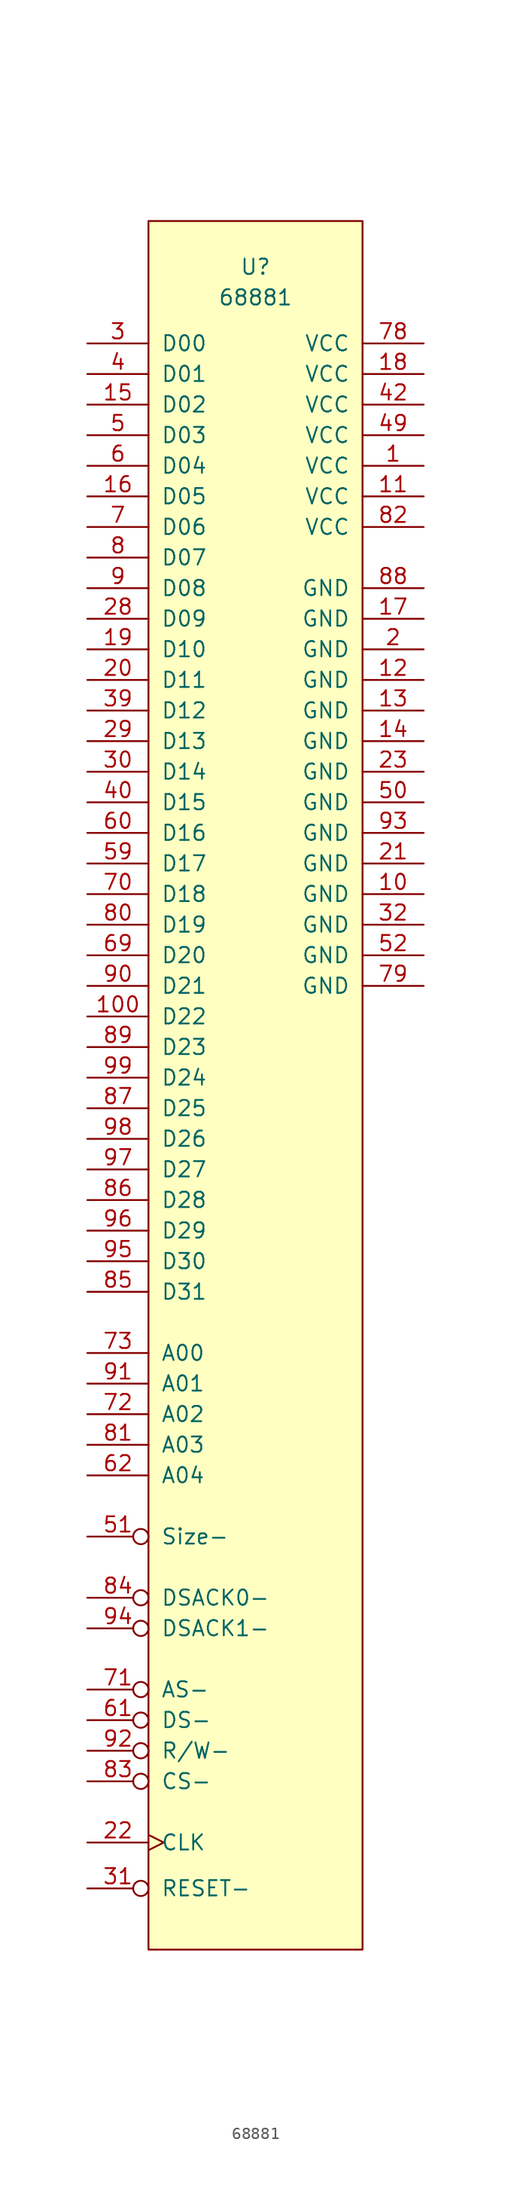
<source format=kicad_sym>
(kicad_symbol_lib
  (version 20231120)
  (generator "kicad_symbol_editor")
  (generator_version "8.0")
  (symbol "68881"
    (pin_names
      (offset 1.016))
    (property "Reference" "U"
      (at 0 0 0)
      (effects (font (size 1.27 1.27))))
    (property "Value" "68881"
      (at 0 -2.54 0)
      (effects (font (size 1.27 1.27))))
    (symbol "68881_0_1"
      (rectangle (start -8.89 3.81) (end 8.89 -139.7) (stroke (width 0) (type solid)) (fill (type background))))
    (symbol "68881_1_1"
      (pin power_in line (at 13.97 -16.51 180) (length 5.08) (name "VCC" (effects (font (size 1.27 1.27)))) (number "1" (effects (font (size 1.27 1.27)))))
      (pin power_in line (at 13.97 -52.07 180) (length 5.08) (name "GND" (effects (font (size 1.27 1.27)))) (number "10" (effects (font (size 1.27 1.27)))))
      (pin bidirectional line (at -13.97 -62.23 0) (length 5.08) (name "D22" (effects (font (size 1.27 1.27)))) (number "100" (effects (font (size 1.27 1.27)))))
      (pin power_in line (at 13.97 -19.05 180) (length 5.08) (name "VCC" (effects (font (size 1.27 1.27)))) (number "11" (effects (font (size 1.27 1.27)))))
      (pin power_in line (at 13.97 -34.29 180) (length 5.08) (name "GND" (effects (font (size 1.27 1.27)))) (number "12" (effects (font (size 1.27 1.27)))))
      (pin power_in line (at 13.97 -36.83 180) (length 5.08) (name "GND" (effects (font (size 1.27 1.27)))) (number "13" (effects (font (size 1.27 1.27)))))
      (pin power_in line (at 13.97 -39.37 180) (length 5.08) (name "GND" (effects (font (size 1.27 1.27)))) (number "14" (effects (font (size 1.27 1.27)))))
      (pin bidirectional line (at -13.97 -11.43 0) (length 5.08) (name "D02" (effects (font (size 1.27 1.27)))) (number "15" (effects (font (size 1.27 1.27)))))
      (pin bidirectional line (at -13.97 -19.05 0) (length 5.08) (name "D05" (effects (font (size 1.27 1.27)))) (number "16" (effects (font (size 1.27 1.27)))))
      (pin power_in line (at 13.97 -29.21 180) (length 5.08) (name "GND" (effects (font (size 1.27 1.27)))) (number "17" (effects (font (size 1.27 1.27)))))
      (pin power_in line (at 13.97 -8.89 180) (length 5.08) (name "VCC" (effects (font (size 1.27 1.27)))) (number "18" (effects (font (size 1.27 1.27)))))
      (pin bidirectional line (at -13.97 -31.75 0) (length 5.08) (name "D10" (effects (font (size 1.27 1.27)))) (number "19" (effects (font (size 1.27 1.27)))))
      (pin power_in line (at 13.97 -31.75 180) (length 5.08) (name "GND" (effects (font (size 1.27 1.27)))) (number "2" (effects (font (size 1.27 1.27)))))
      (pin bidirectional line (at -13.97 -34.29 0) (length 5.08) (name "D11" (effects (font (size 1.27 1.27)))) (number "20" (effects (font (size 1.27 1.27)))))
      (pin power_in line (at 13.97 -49.53 180) (length 5.08) (name "GND" (effects (font (size 1.27 1.27)))) (number "21" (effects (font (size 1.27 1.27)))))
      (pin input clock (at -13.97 -130.81 0) (length 5.08) (name "CLK" (effects (font (size 1.27 1.27)))) (number "22" (effects (font (size 1.27 1.27)))))
      (pin power_in line (at 13.97 -41.91 180) (length 5.08) (name "GND" (effects (font (size 1.27 1.27)))) (number "23" (effects (font (size 1.27 1.27)))))
      (pin bidirectional line (at -13.97 -29.21 0) (length 5.08) (name "D09" (effects (font (size 1.27 1.27)))) (number "28" (effects (font (size 1.27 1.27)))))
      (pin bidirectional line (at -13.97 -39.37 0) (length 5.08) (name "D13" (effects (font (size 1.27 1.27)))) (number "29" (effects (font (size 1.27 1.27)))))
      (pin bidirectional line (at -13.97 -6.35 0) (length 5.08) (name "D00" (effects (font (size 1.27 1.27)))) (number "3" (effects (font (size 1.27 1.27)))))
      (pin bidirectional line (at -13.97 -41.91 0) (length 5.08) (name "D14" (effects (font (size 1.27 1.27)))) (number "30" (effects (font (size 1.27 1.27)))))
      (pin input inverted (at -13.97 -134.62 0) (length 5.08) (name "RESET-" (effects (font (size 1.27 1.27)))) (number "31" (effects (font (size 1.27 1.27)))))
      (pin power_in line (at 13.97 -54.61 180) (length 5.08) (name "GND" (effects (font (size 1.27 1.27)))) (number "32" (effects (font (size 1.27 1.27)))))
      (pin bidirectional line (at -13.97 -36.83 0) (length 5.08) (name "D12" (effects (font (size 1.27 1.27)))) (number "39" (effects (font (size 1.27 1.27)))))
      (pin bidirectional line (at -13.97 -8.89 0) (length 5.08) (name "D01" (effects (font (size 1.27 1.27)))) (number "4" (effects (font (size 1.27 1.27)))))
      (pin bidirectional line (at -13.97 -44.45 0) (length 5.08) (name "D15" (effects (font (size 1.27 1.27)))) (number "40" (effects (font (size 1.27 1.27)))))
      (pin power_in line (at 13.97 -11.43 180) (length 5.08) (name "VCC" (effects (font (size 1.27 1.27)))) (number "42" (effects (font (size 1.27 1.27)))))
      (pin power_in line (at 13.97 -13.97 180) (length 5.08) (name "VCC" (effects (font (size 1.27 1.27)))) (number "49" (effects (font (size 1.27 1.27)))))
      (pin bidirectional line (at -13.97 -13.97 0) (length 5.08) (name "D03" (effects (font (size 1.27 1.27)))) (number "5" (effects (font (size 1.27 1.27)))))
      (pin power_in line (at 13.97 -44.45 180) (length 5.08) (name "GND" (effects (font (size 1.27 1.27)))) (number "50" (effects (font (size 1.27 1.27)))))
      (pin input inverted (at -13.97 -105.41 0) (length 5.08) (name "Size-" (effects (font (size 1.27 1.27)))) (number "51" (effects (font (size 1.27 1.27)))))
      (pin power_in line (at 13.97 -57.15 180) (length 5.08) (name "GND" (effects (font (size 1.27 1.27)))) (number "52" (effects (font (size 1.27 1.27)))))
      (pin bidirectional line (at -13.97 -49.53 0) (length 5.08) (name "D17" (effects (font (size 1.27 1.27)))) (number "59" (effects (font (size 1.27 1.27)))))
      (pin bidirectional line (at -13.97 -16.51 0) (length 5.08) (name "D04" (effects (font (size 1.27 1.27)))) (number "6" (effects (font (size 1.27 1.27)))))
      (pin bidirectional line (at -13.97 -46.99 0) (length 5.08) (name "D16" (effects (font (size 1.27 1.27)))) (number "60" (effects (font (size 1.27 1.27)))))
      (pin input inverted (at -13.97 -120.65 0) (length 5.08) (name "DS-" (effects (font (size 1.27 1.27)))) (number "61" (effects (font (size 1.27 1.27)))))
      (pin bidirectional line (at -13.97 -100.33 0) (length 5.08) (name "A04" (effects (font (size 1.27 1.27)))) (number "62" (effects (font (size 1.27 1.27)))))
      (pin bidirectional line (at -13.97 -57.15 0) (length 5.08) (name "D20" (effects (font (size 1.27 1.27)))) (number "69" (effects (font (size 1.27 1.27)))))
      (pin bidirectional line (at -13.97 -21.59 0) (length 5.08) (name "D06" (effects (font (size 1.27 1.27)))) (number "7" (effects (font (size 1.27 1.27)))))
      (pin bidirectional line (at -13.97 -52.07 0) (length 5.08) (name "D18" (effects (font (size 1.27 1.27)))) (number "70" (effects (font (size 1.27 1.27)))))
      (pin input inverted (at -13.97 -118.11 0) (length 5.08) (name "AS-" (effects (font (size 1.27 1.27)))) (number "71" (effects (font (size 1.27 1.27)))))
      (pin bidirectional line (at -13.97 -95.25 0) (length 5.08) (name "A02" (effects (font (size 1.27 1.27)))) (number "72" (effects (font (size 1.27 1.27)))))
      (pin bidirectional line (at -13.97 -90.17 0) (length 5.08) (name "A00" (effects (font (size 1.27 1.27)))) (number "73" (effects (font (size 1.27 1.27)))))
      (pin power_in line (at 13.97 -6.35 180) (length 5.08) (name "VCC" (effects (font (size 1.27 1.27)))) (number "78" (effects (font (size 1.27 1.27)))))
      (pin power_in line (at 13.97 -59.69 180) (length 5.08) (name "GND" (effects (font (size 1.27 1.27)))) (number "79" (effects (font (size 1.27 1.27)))))
      (pin bidirectional line (at -13.97 -24.13 0) (length 5.08) (name "D07" (effects (font (size 1.27 1.27)))) (number "8" (effects (font (size 1.27 1.27)))))
      (pin bidirectional line (at -13.97 -54.61 0) (length 5.08) (name "D19" (effects (font (size 1.27 1.27)))) (number "80" (effects (font (size 1.27 1.27)))))
      (pin bidirectional line (at -13.97 -97.79 0) (length 5.08) (name "A03" (effects (font (size 1.27 1.27)))) (number "81" (effects (font (size 1.27 1.27)))))
      (pin power_in line (at 13.97 -21.59 180) (length 5.08) (name "VCC" (effects (font (size 1.27 1.27)))) (number "82" (effects (font (size 1.27 1.27)))))
      (pin input inverted (at -13.97 -125.73 0) (length 5.08) (name "CS-" (effects (font (size 1.27 1.27)))) (number "83" (effects (font (size 1.27 1.27)))))
      (pin output inverted (at -13.97 -110.49 0) (length 5.08) (name "DSACK0-" (effects (font (size 1.27 1.27)))) (number "84" (effects (font (size 1.27 1.27)))))
      (pin bidirectional line (at -13.97 -85.09 0) (length 5.08) (name "D31" (effects (font (size 1.27 1.27)))) (number "85" (effects (font (size 1.27 1.27)))))
      (pin bidirectional line (at -13.97 -77.47 0) (length 5.08) (name "D28" (effects (font (size 1.27 1.27)))) (number "86" (effects (font (size 1.27 1.27)))))
      (pin bidirectional line (at -13.97 -69.85 0) (length 5.08) (name "D25" (effects (font (size 1.27 1.27)))) (number "87" (effects (font (size 1.27 1.27)))))
      (pin power_in line (at 13.97 -26.67 180) (length 5.08) (name "GND" (effects (font (size 1.27 1.27)))) (number "88" (effects (font (size 1.27 1.27)))))
      (pin bidirectional line (at -13.97 -64.77 0) (length 5.08) (name "D23" (effects (font (size 1.27 1.27)))) (number "89" (effects (font (size 1.27 1.27)))))
      (pin bidirectional line (at -13.97 -26.67 0) (length 5.08) (name "D08" (effects (font (size 1.27 1.27)))) (number "9" (effects (font (size 1.27 1.27)))))
      (pin bidirectional line (at -13.97 -59.69 0) (length 5.08) (name "D21" (effects (font (size 1.27 1.27)))) (number "90" (effects (font (size 1.27 1.27)))))
      (pin bidirectional line (at -13.97 -92.71 0) (length 5.08) (name "A01" (effects (font (size 1.27 1.27)))) (number "91" (effects (font (size 1.27 1.27)))))
      (pin input inverted (at -13.97 -123.19 0) (length 5.08) (name "R/W-" (effects (font (size 1.27 1.27)))) (number "92" (effects (font (size 1.27 1.27)))))
      (pin power_in line (at 13.97 -46.99 180) (length 5.08) (name "GND" (effects (font (size 1.27 1.27)))) (number "93" (effects (font (size 1.27 1.27)))))
      (pin output inverted (at -13.97 -113.03 0) (length 5.08) (name "DSACK1-" (effects (font (size 1.27 1.27)))) (number "94" (effects (font (size 1.27 1.27)))))
      (pin bidirectional line (at -13.97 -82.55 0) (length 5.08) (name "D30" (effects (font (size 1.27 1.27)))) (number "95" (effects (font (size 1.27 1.27)))))
      (pin bidirectional line (at -13.97 -80.01 0) (length 5.08) (name "D29" (effects (font (size 1.27 1.27)))) (number "96" (effects (font (size 1.27 1.27)))))
      (pin bidirectional line (at -13.97 -74.93 0) (length 5.08) (name "D27" (effects (font (size 1.27 1.27)))) (number "97" (effects (font (size 1.27 1.27)))))
      (pin bidirectional line (at -13.97 -72.39 0) (length 5.08) (name "D26" (effects (font (size 1.27 1.27)))) (number "98" (effects (font (size 1.27 1.27)))))
      (pin bidirectional line (at -13.97 -67.31 0) (length 5.08) (name "D24" (effects (font (size 1.27 1.27)))) (number "99" (effects (font (size 1.27 1.27))))))))
</source>
